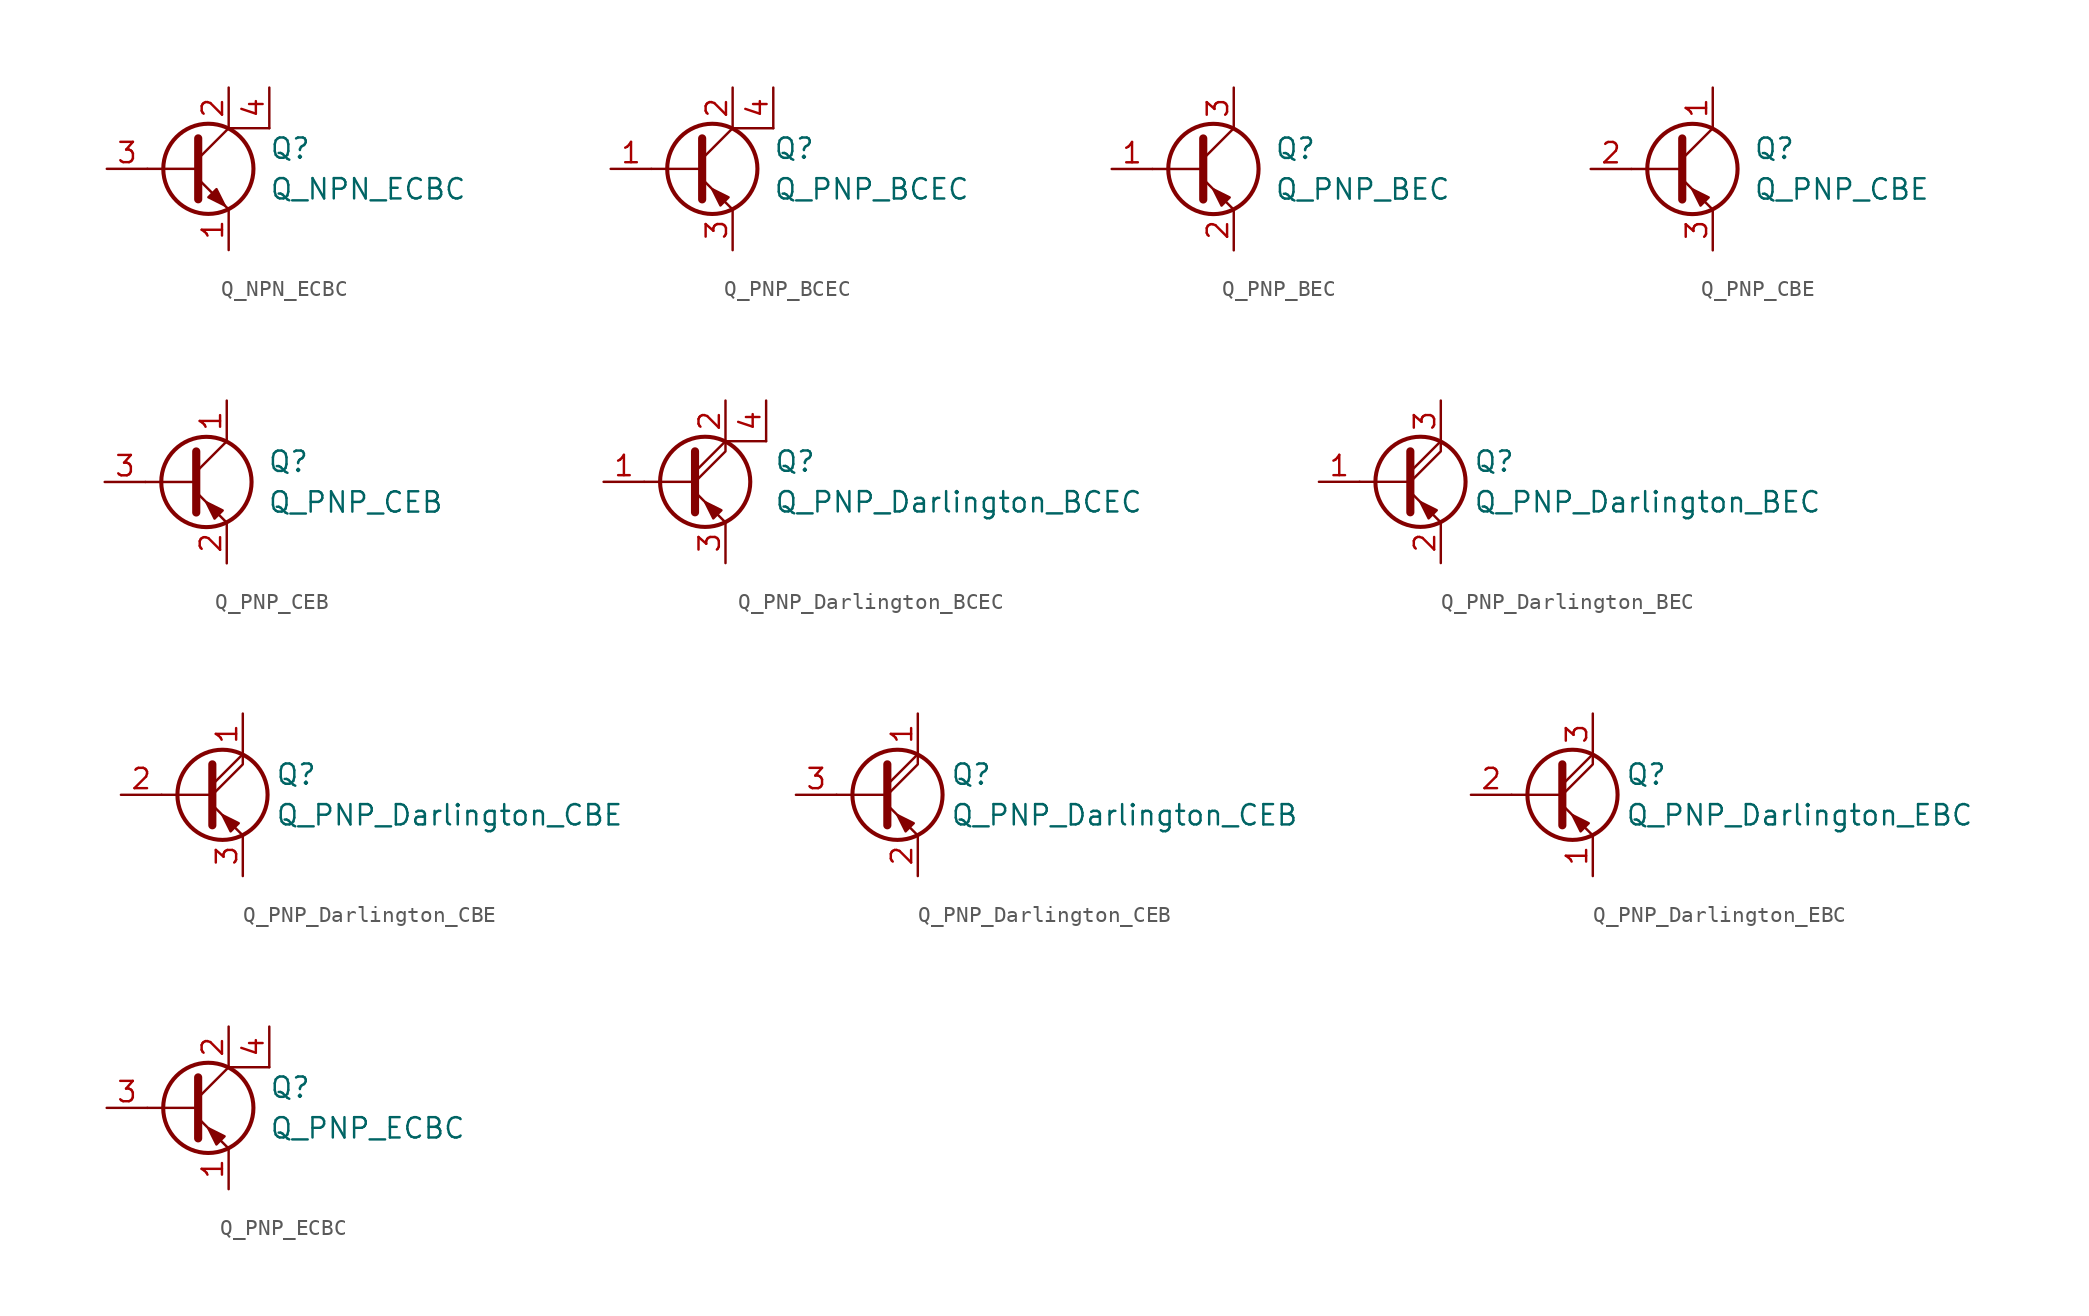
<source format=kicad_sym>
(kicad_symbol_lib
  (version 20241209)
  (generator "kicad_symbol_editor")
  (generator_version "9.0")
  (symbol "Q_NPN_ECBC"
    (pin_names
      (offset 0)
      (hide yes))
    (property "Reference" "Q"
      (at 5.08 1.27 0)
      (effects (font (size 1.27 1.27)) (justify left)))
    (property "Value" "Q_NPN_ECBC"
      (at 5.08 -1.27 0)
      (effects (font (size 1.27 1.27)) (justify left)))
    (symbol "Q_NPN_ECBC_0_1"
      (polyline (pts (xy -2.54 0) (xy 0.635 0)) (stroke (width 0) (type default)) (fill (type none)))
      (polyline (pts (xy 0.635 1.905) (xy 0.635 -1.905)) (stroke (width 0.508) (type default)) (fill (type none)))
      (circle (center 1.27 0) (radius 2.819) (stroke (width 0.254) (type default)) (fill (type none)))
      (polyline (pts (xy 2.54 2.54) (xy 5.08 2.54)) (stroke (width 0) (type default)) (fill (type none))))
    (symbol "Q_NPN_ECBC_1_1"
      (polyline (pts (xy 0.635 0.635) (xy 2.54 2.54)) (stroke (width 0) (type default)) (fill (type none)))
      (polyline (pts (xy 0.635 -0.635) (xy 2.54 -2.54)) (stroke (width 0) (type default)) (fill (type none)))
      (polyline (pts (xy 1.27 -1.778) (xy 1.778 -1.27) (xy 2.286 -2.286) (xy 1.27 -1.778)) (stroke (width 0) (type default)) (fill (type outline)))
      (pin input line (at -5.08 0 0) (length 2.54) (name "B" (effects (font (size 1.27 1.27)))) (number "3" (effects (font (size 1.27 1.27)))))
      (pin passive line (at 2.54 5.08 270) (length 2.54) (name "C" (effects (font (size 1.27 1.27)))) (number "2" (effects (font (size 1.27 1.27)))))
      (pin passive line (at 2.54 -5.08 90) (length 2.54) (name "E" (effects (font (size 1.27 1.27)))) (number "1" (effects (font (size 1.27 1.27)))))
      (pin passive line (at 5.08 5.08 270) (length 2.54) (name "C" (effects (font (size 1.27 1.27)))) (number "4" (effects (font (size 1.27 1.27)))))))
  (symbol "Q_PNP_BCEC"
    (pin_names
      (offset 0)
      (hide yes))
    (property "Reference" "Q"
      (at 5.08 1.27 0)
      (effects (font (size 1.27 1.27)) (justify left)))
    (property "Value" "Q_PNP_BCEC"
      (at 5.08 -1.27 0)
      (effects (font (size 1.27 1.27)) (justify left)))
    (symbol "Q_PNP_BCEC_0_1"
      (polyline (pts (xy -2.54 0) (xy 0.635 0)) (stroke (width 0) (type default)) (fill (type none)))
      (polyline (pts (xy 0.635 1.905) (xy 0.635 -1.905)) (stroke (width 0.508) (type default)) (fill (type none)))
      (polyline (pts (xy 0.635 0.635) (xy 2.54 2.54)) (stroke (width 0) (type default)) (fill (type none)))
      (polyline (pts (xy 0.635 -0.635) (xy 2.54 -2.54)) (stroke (width 0) (type default)) (fill (type none)))
      (circle (center 1.27 0) (radius 2.819) (stroke (width 0.254) (type default)) (fill (type none)))
      (polyline (pts (xy 2.286 -1.778) (xy 1.778 -2.286) (xy 1.27 -1.27) (xy 2.286 -1.778)) (stroke (width 0) (type default)) (fill (type outline)))
      (polyline (pts (xy 5.08 2.54) (xy 2.54 2.54)) (stroke (width 0) (type default)) (fill (type none))))
    (symbol "Q_PNP_BCEC_1_1"
      (pin input line (at -5.08 0 0) (length 2.54) (name "B" (effects (font (size 1.27 1.27)))) (number "1" (effects (font (size 1.27 1.27)))))
      (pin passive line (at 2.54 5.08 270) (length 2.54) (name "C" (effects (font (size 1.27 1.27)))) (number "2" (effects (font (size 1.27 1.27)))))
      (pin passive line (at 2.54 -5.08 90) (length 2.54) (name "E" (effects (font (size 1.27 1.27)))) (number "3" (effects (font (size 1.27 1.27)))))
      (pin passive line (at 5.08 5.08 270) (length 2.54) (name "C" (effects (font (size 1.27 1.27)))) (number "4" (effects (font (size 1.27 1.27)))))))
  (symbol "Q_PNP_BEC"
    (pin_names
      (offset 0)
      (hide yes))
    (property "Reference" "Q"
      (at 5.08 1.27 0)
      (effects (font (size 1.27 1.27)) (justify left)))
    (property "Value" "Q_PNP_BEC"
      (at 5.08 -1.27 0)
      (effects (font (size 1.27 1.27)) (justify left)))
    (symbol "Q_PNP_BEC_0_1"
      (polyline (pts (xy -2.54 0) (xy 0.635 0)) (stroke (width 0) (type default)) (fill (type none)))
      (polyline (pts (xy 0.635 1.905) (xy 0.635 -1.905)) (stroke (width 0.508) (type default)) (fill (type none)))
      (polyline (pts (xy 0.635 0.635) (xy 2.54 2.54)) (stroke (width 0) (type default)) (fill (type none)))
      (polyline (pts (xy 0.635 -0.635) (xy 2.54 -2.54)) (stroke (width 0) (type default)) (fill (type none)))
      (circle (center 1.27 0) (radius 2.819) (stroke (width 0.254) (type default)) (fill (type none)))
      (polyline (pts (xy 2.286 -1.778) (xy 1.778 -2.286) (xy 1.27 -1.27) (xy 2.286 -1.778)) (stroke (width 0) (type default)) (fill (type outline))))
    (symbol "Q_PNP_BEC_1_1"
      (pin input line (at -5.08 0 0) (length 2.54) (name "B" (effects (font (size 1.27 1.27)))) (number "1" (effects (font (size 1.27 1.27)))))
      (pin passive line (at 2.54 5.08 270) (length 2.54) (name "C" (effects (font (size 1.27 1.27)))) (number "3" (effects (font (size 1.27 1.27)))))
      (pin passive line (at 2.54 -5.08 90) (length 2.54) (name "E" (effects (font (size 1.27 1.27)))) (number "2" (effects (font (size 1.27 1.27)))))))
  (symbol "Q_PNP_CBE"
    (pin_names
      (offset 0)
      (hide yes))
    (property "Reference" "Q"
      (at 5.08 1.27 0)
      (effects (font (size 1.27 1.27)) (justify left)))
    (property "Value" "Q_PNP_CBE"
      (at 5.08 -1.27 0)
      (effects (font (size 1.27 1.27)) (justify left)))
    (symbol "Q_PNP_CBE_0_1"
      (polyline (pts (xy -2.54 0) (xy 0.635 0)) (stroke (width 0) (type default)) (fill (type none)))
      (polyline (pts (xy 0.635 1.905) (xy 0.635 -1.905)) (stroke (width 0.508) (type default)) (fill (type none)))
      (polyline (pts (xy 0.635 0.635) (xy 2.54 2.54)) (stroke (width 0) (type default)) (fill (type none)))
      (polyline (pts (xy 0.635 -0.635) (xy 2.54 -2.54)) (stroke (width 0) (type default)) (fill (type none)))
      (circle (center 1.27 0) (radius 2.819) (stroke (width 0.254) (type default)) (fill (type none)))
      (polyline (pts (xy 2.286 -1.778) (xy 1.778 -2.286) (xy 1.27 -1.27) (xy 2.286 -1.778)) (stroke (width 0) (type default)) (fill (type outline))))
    (symbol "Q_PNP_CBE_1_1"
      (pin input line (at -5.08 0 0) (length 2.54) (name "B" (effects (font (size 1.27 1.27)))) (number "2" (effects (font (size 1.27 1.27)))))
      (pin passive line (at 2.54 5.08 270) (length 2.54) (name "C" (effects (font (size 1.27 1.27)))) (number "1" (effects (font (size 1.27 1.27)))))
      (pin passive line (at 2.54 -5.08 90) (length 2.54) (name "E" (effects (font (size 1.27 1.27)))) (number "3" (effects (font (size 1.27 1.27)))))))
  (symbol "Q_PNP_CEB"
    (pin_names
      (offset 0)
      (hide yes))
    (property "Reference" "Q"
      (at 5.08 1.27 0)
      (effects (font (size 1.27 1.27)) (justify left)))
    (property "Value" "Q_PNP_CEB"
      (at 5.08 -1.27 0)
      (effects (font (size 1.27 1.27)) (justify left)))
    (symbol "Q_PNP_CEB_0_1"
      (polyline (pts (xy -2.54 0) (xy 0.635 0)) (stroke (width 0) (type default)) (fill (type none)))
      (polyline (pts (xy 0.635 1.905) (xy 0.635 -1.905)) (stroke (width 0.508) (type default)) (fill (type none)))
      (polyline (pts (xy 0.635 0.635) (xy 2.54 2.54)) (stroke (width 0) (type default)) (fill (type none)))
      (polyline (pts (xy 0.635 -0.635) (xy 2.54 -2.54)) (stroke (width 0) (type default)) (fill (type none)))
      (circle (center 1.27 0) (radius 2.819) (stroke (width 0.254) (type default)) (fill (type none)))
      (polyline (pts (xy 2.286 -1.778) (xy 1.778 -2.286) (xy 1.27 -1.27) (xy 2.286 -1.778)) (stroke (width 0) (type default)) (fill (type outline))))
    (symbol "Q_PNP_CEB_1_1"
      (pin input line (at -5.08 0 0) (length 2.54) (name "B" (effects (font (size 1.27 1.27)))) (number "3" (effects (font (size 1.27 1.27)))))
      (pin passive line (at 2.54 5.08 270) (length 2.54) (name "C" (effects (font (size 1.27 1.27)))) (number "1" (effects (font (size 1.27 1.27)))))
      (pin passive line (at 2.54 -5.08 90) (length 2.54) (name "E" (effects (font (size 1.27 1.27)))) (number "2" (effects (font (size 1.27 1.27)))))))
  (symbol "Q_PNP_Darlington_BCEC"
    (pin_names
      (offset 0)
      (hide yes))
    (property "Reference" "Q"
      (at 5.588 1.27 0)
      (effects (font (size 1.27 1.27)) (justify left)))
    (property "Value" "Q_PNP_Darlington_BCEC"
      (at 5.588 -1.27 0)
      (effects (font (size 1.27 1.27)) (justify left)))
    (symbol "Q_PNP_Darlington_BCEC_0_1"
      (polyline (pts (xy -2.54 0) (xy 0.635 0)) (stroke (width 0) (type default)) (fill (type none)))
      (polyline (pts (xy 0.635 1.905) (xy 0.635 -1.905)) (stroke (width 0.508) (type default)) (fill (type none)))
      (polyline (pts (xy 0.635 0.635) (xy 2.54 2.54)) (stroke (width 0) (type default)) (fill (type none)))
      (polyline (pts (xy 0.635 0) (xy 2.54 1.905) (xy 2.54 2.54)) (stroke (width 0) (type default)) (fill (type none)))
      (polyline (pts (xy 0.635 -0.635) (xy 2.54 -2.54)) (stroke (width 0) (type default)) (fill (type none)))
      (circle (center 1.27 0) (radius 2.819) (stroke (width 0.254) (type default)) (fill (type none)))
      (polyline (pts (xy 2.286 -1.778) (xy 1.778 -2.286) (xy 1.27 -1.27) (xy 2.286 -1.778)) (stroke (width 0) (type default)) (fill (type outline)))
      (polyline (pts (xy 5.08 2.54) (xy 2.54 2.54)) (stroke (width 0) (type default)) (fill (type none))))
    (symbol "Q_PNP_Darlington_BCEC_1_1"
      (pin input line (at -5.08 0 0) (length 2.54) (name "B" (effects (font (size 1.27 1.27)))) (number "1" (effects (font (size 1.27 1.27)))))
      (pin passive line (at 2.54 5.08 270) (length 2.54) (name "C" (effects (font (size 1.27 1.27)))) (number "2" (effects (font (size 1.27 1.27)))))
      (pin passive line (at 2.54 -5.08 90) (length 2.54) (name "E" (effects (font (size 1.27 1.27)))) (number "3" (effects (font (size 1.27 1.27)))))
      (pin passive line (at 5.08 5.08 270) (length 2.54) (name "C" (effects (font (size 1.27 1.27)))) (number "4" (effects (font (size 1.27 1.27)))))))
  (symbol "Q_PNP_Darlington_BEC"
    (pin_names
      (offset 0)
      (hide yes))
    (property "Reference" "Q"
      (at 4.572 1.27 0)
      (effects (font (size 1.27 1.27)) (justify left)))
    (property "Value" "Q_PNP_Darlington_BEC"
      (at 4.572 -1.27 0)
      (effects (font (size 1.27 1.27)) (justify left)))
    (symbol "Q_PNP_Darlington_BEC_0_1"
      (polyline (pts (xy -2.54 0) (xy 0.635 0)) (stroke (width 0) (type default)) (fill (type none)))
      (polyline (pts (xy 0.635 1.905) (xy 0.635 -1.905)) (stroke (width 0.508) (type default)) (fill (type none)))
      (polyline (pts (xy 0.635 0.635) (xy 2.54 2.54)) (stroke (width 0) (type default)) (fill (type none)))
      (polyline (pts (xy 0.635 0) (xy 2.54 1.905) (xy 2.54 2.54)) (stroke (width 0) (type default)) (fill (type none)))
      (polyline (pts (xy 0.635 -0.635) (xy 2.54 -2.54)) (stroke (width 0) (type default)) (fill (type none)))
      (circle (center 1.27 0) (radius 2.819) (stroke (width 0.254) (type default)) (fill (type none)))
      (polyline (pts (xy 2.286 -1.778) (xy 1.778 -2.286) (xy 1.27 -1.27) (xy 2.286 -1.778)) (stroke (width 0) (type default)) (fill (type outline))))
    (symbol "Q_PNP_Darlington_BEC_1_1"
      (pin input line (at -5.08 0 0) (length 2.54) (name "B" (effects (font (size 1.27 1.27)))) (number "1" (effects (font (size 1.27 1.27)))))
      (pin passive line (at 2.54 5.08 270) (length 2.54) (name "C" (effects (font (size 1.27 1.27)))) (number "3" (effects (font (size 1.27 1.27)))))
      (pin passive line (at 2.54 -5.08 90) (length 2.54) (name "E" (effects (font (size 1.27 1.27)))) (number "2" (effects (font (size 1.27 1.27)))))))
  (symbol "Q_PNP_Darlington_CBE"
    (pin_names
      (offset 0)
      (hide yes))
    (property "Reference" "Q"
      (at 4.572 1.27 0)
      (effects (font (size 1.27 1.27)) (justify left)))
    (property "Value" "Q_PNP_Darlington_CBE"
      (at 4.572 -1.27 0)
      (effects (font (size 1.27 1.27)) (justify left)))
    (symbol "Q_PNP_Darlington_CBE_0_1"
      (polyline (pts (xy -2.54 0) (xy 0.635 0)) (stroke (width 0) (type default)) (fill (type none)))
      (polyline (pts (xy 0.635 1.905) (xy 0.635 -1.905)) (stroke (width 0.508) (type default)) (fill (type none)))
      (polyline (pts (xy 0.635 0.635) (xy 2.54 2.54)) (stroke (width 0) (type default)) (fill (type none)))
      (polyline (pts (xy 0.635 0) (xy 2.54 1.905) (xy 2.54 2.54)) (stroke (width 0) (type default)) (fill (type none)))
      (polyline (pts (xy 0.635 -0.635) (xy 2.54 -2.54)) (stroke (width 0) (type default)) (fill (type none)))
      (circle (center 1.27 0) (radius 2.819) (stroke (width 0.254) (type default)) (fill (type none)))
      (polyline (pts (xy 2.286 -1.778) (xy 1.778 -2.286) (xy 1.27 -1.27) (xy 2.286 -1.778)) (stroke (width 0) (type default)) (fill (type outline))))
    (symbol "Q_PNP_Darlington_CBE_1_1"
      (pin input line (at -5.08 0 0) (length 2.54) (name "B" (effects (font (size 1.27 1.27)))) (number "2" (effects (font (size 1.27 1.27)))))
      (pin passive line (at 2.54 5.08 270) (length 2.54) (name "C" (effects (font (size 1.27 1.27)))) (number "1" (effects (font (size 1.27 1.27)))))
      (pin passive line (at 2.54 -5.08 90) (length 2.54) (name "E" (effects (font (size 1.27 1.27)))) (number "3" (effects (font (size 1.27 1.27)))))))
  (symbol "Q_PNP_Darlington_CEB"
    (pin_names
      (offset 0)
      (hide yes))
    (property "Reference" "Q"
      (at 4.572 1.27 0)
      (effects (font (size 1.27 1.27)) (justify left)))
    (property "Value" "Q_PNP_Darlington_CEB"
      (at 4.572 -1.27 0)
      (effects (font (size 1.27 1.27)) (justify left)))
    (symbol "Q_PNP_Darlington_CEB_0_1"
      (polyline (pts (xy -2.54 0) (xy 0.635 0)) (stroke (width 0) (type default)) (fill (type none)))
      (polyline (pts (xy 0.635 1.905) (xy 0.635 -1.905)) (stroke (width 0.508) (type default)) (fill (type none)))
      (polyline (pts (xy 0.635 0.635) (xy 2.54 2.54)) (stroke (width 0) (type default)) (fill (type none)))
      (polyline (pts (xy 0.635 0) (xy 2.54 1.905) (xy 2.54 2.54)) (stroke (width 0) (type default)) (fill (type none)))
      (polyline (pts (xy 0.635 -0.635) (xy 2.54 -2.54)) (stroke (width 0) (type default)) (fill (type none)))
      (circle (center 1.27 0) (radius 2.819) (stroke (width 0.254) (type default)) (fill (type none)))
      (polyline (pts (xy 2.286 -1.778) (xy 1.778 -2.286) (xy 1.27 -1.27) (xy 2.286 -1.778)) (stroke (width 0) (type default)) (fill (type outline))))
    (symbol "Q_PNP_Darlington_CEB_1_1"
      (pin input line (at -5.08 0 0) (length 2.54) (name "B" (effects (font (size 1.27 1.27)))) (number "3" (effects (font (size 1.27 1.27)))))
      (pin passive line (at 2.54 5.08 270) (length 2.54) (name "C" (effects (font (size 1.27 1.27)))) (number "1" (effects (font (size 1.27 1.27)))))
      (pin passive line (at 2.54 -5.08 90) (length 2.54) (name "E" (effects (font (size 1.27 1.27)))) (number "2" (effects (font (size 1.27 1.27)))))))
  (symbol "Q_PNP_Darlington_EBC"
    (pin_names
      (offset 0)
      (hide yes))
    (property "Reference" "Q"
      (at 4.572 1.27 0)
      (effects (font (size 1.27 1.27)) (justify left)))
    (property "Value" "Q_PNP_Darlington_EBC"
      (at 4.572 -1.27 0)
      (effects (font (size 1.27 1.27)) (justify left)))
    (symbol "Q_PNP_Darlington_EBC_0_1"
      (polyline (pts (xy -2.54 0) (xy 0.635 0)) (stroke (width 0) (type default)) (fill (type none)))
      (polyline (pts (xy 0.635 1.905) (xy 0.635 -1.905)) (stroke (width 0.508) (type default)) (fill (type none)))
      (polyline (pts (xy 0.635 0.635) (xy 2.54 2.54)) (stroke (width 0) (type default)) (fill (type none)))
      (polyline (pts (xy 0.635 0) (xy 2.54 1.905) (xy 2.54 2.54)) (stroke (width 0) (type default)) (fill (type none)))
      (polyline (pts (xy 0.635 -0.635) (xy 2.54 -2.54)) (stroke (width 0) (type default)) (fill (type none)))
      (circle (center 1.27 0) (radius 2.819) (stroke (width 0.254) (type default)) (fill (type none)))
      (polyline (pts (xy 2.286 -1.778) (xy 1.778 -2.286) (xy 1.27 -1.27) (xy 2.286 -1.778)) (stroke (width 0) (type default)) (fill (type outline))))
    (symbol "Q_PNP_Darlington_EBC_1_1"
      (pin input line (at -5.08 0 0) (length 2.54) (name "B" (effects (font (size 1.27 1.27)))) (number "2" (effects (font (size 1.27 1.27)))))
      (pin passive line (at 2.54 5.08 270) (length 2.54) (name "C" (effects (font (size 1.27 1.27)))) (number "3" (effects (font (size 1.27 1.27)))))
      (pin passive line (at 2.54 -5.08 90) (length 2.54) (name "E" (effects (font (size 1.27 1.27)))) (number "1" (effects (font (size 1.27 1.27)))))))
  (symbol "Q_PNP_ECBC"
    (pin_names
      (offset 0)
      (hide yes))
    (property "Reference" "Q"
      (at 5.08 1.27 0)
      (effects (font (size 1.27 1.27)) (justify left)))
    (property "Value" "Q_PNP_ECBC"
      (at 5.08 -1.27 0)
      (effects (font (size 1.27 1.27)) (justify left)))
    (symbol "Q_PNP_ECBC_0_1"
      (polyline (pts (xy -2.54 0) (xy 0.635 0)) (stroke (width 0) (type default)) (fill (type none)))
      (polyline (pts (xy 0.635 1.905) (xy 0.635 -1.905)) (stroke (width 0.508) (type default)) (fill (type none)))
      (polyline (pts (xy 0.635 0.635) (xy 2.54 2.54)) (stroke (width 0) (type default)) (fill (type none)))
      (polyline (pts (xy 0.635 -0.635) (xy 2.54 -2.54)) (stroke (width 0) (type default)) (fill (type none)))
      (circle (center 1.27 0) (radius 2.819) (stroke (width 0.254) (type default)) (fill (type none)))
      (polyline (pts (xy 2.286 -1.778) (xy 1.778 -2.286) (xy 1.27 -1.27) (xy 2.286 -1.778)) (stroke (width 0) (type default)) (fill (type outline)))
      (polyline (pts (xy 5.08 2.54) (xy 2.54 2.54)) (stroke (width 0) (type default)) (fill (type none))))
    (symbol "Q_PNP_ECBC_1_1"
      (pin input line (at -5.08 0 0) (length 2.54) (name "B" (effects (font (size 1.27 1.27)))) (number "3" (effects (font (size 1.27 1.27)))))
      (pin passive line (at 2.54 5.08 270) (length 2.54) (name "C" (effects (font (size 1.27 1.27)))) (number "2" (effects (font (size 1.27 1.27)))))
      (pin passive line (at 2.54 -5.08 90) (length 2.54) (name "E" (effects (font (size 1.27 1.27)))) (number "1" (effects (font (size 1.27 1.27)))))
      (pin passive line (at 5.08 5.08 270) (length 2.54) (name "C" (effects (font (size 1.27 1.27)))) (number "4" (effects (font (size 1.27 1.27))))))))
</source>
